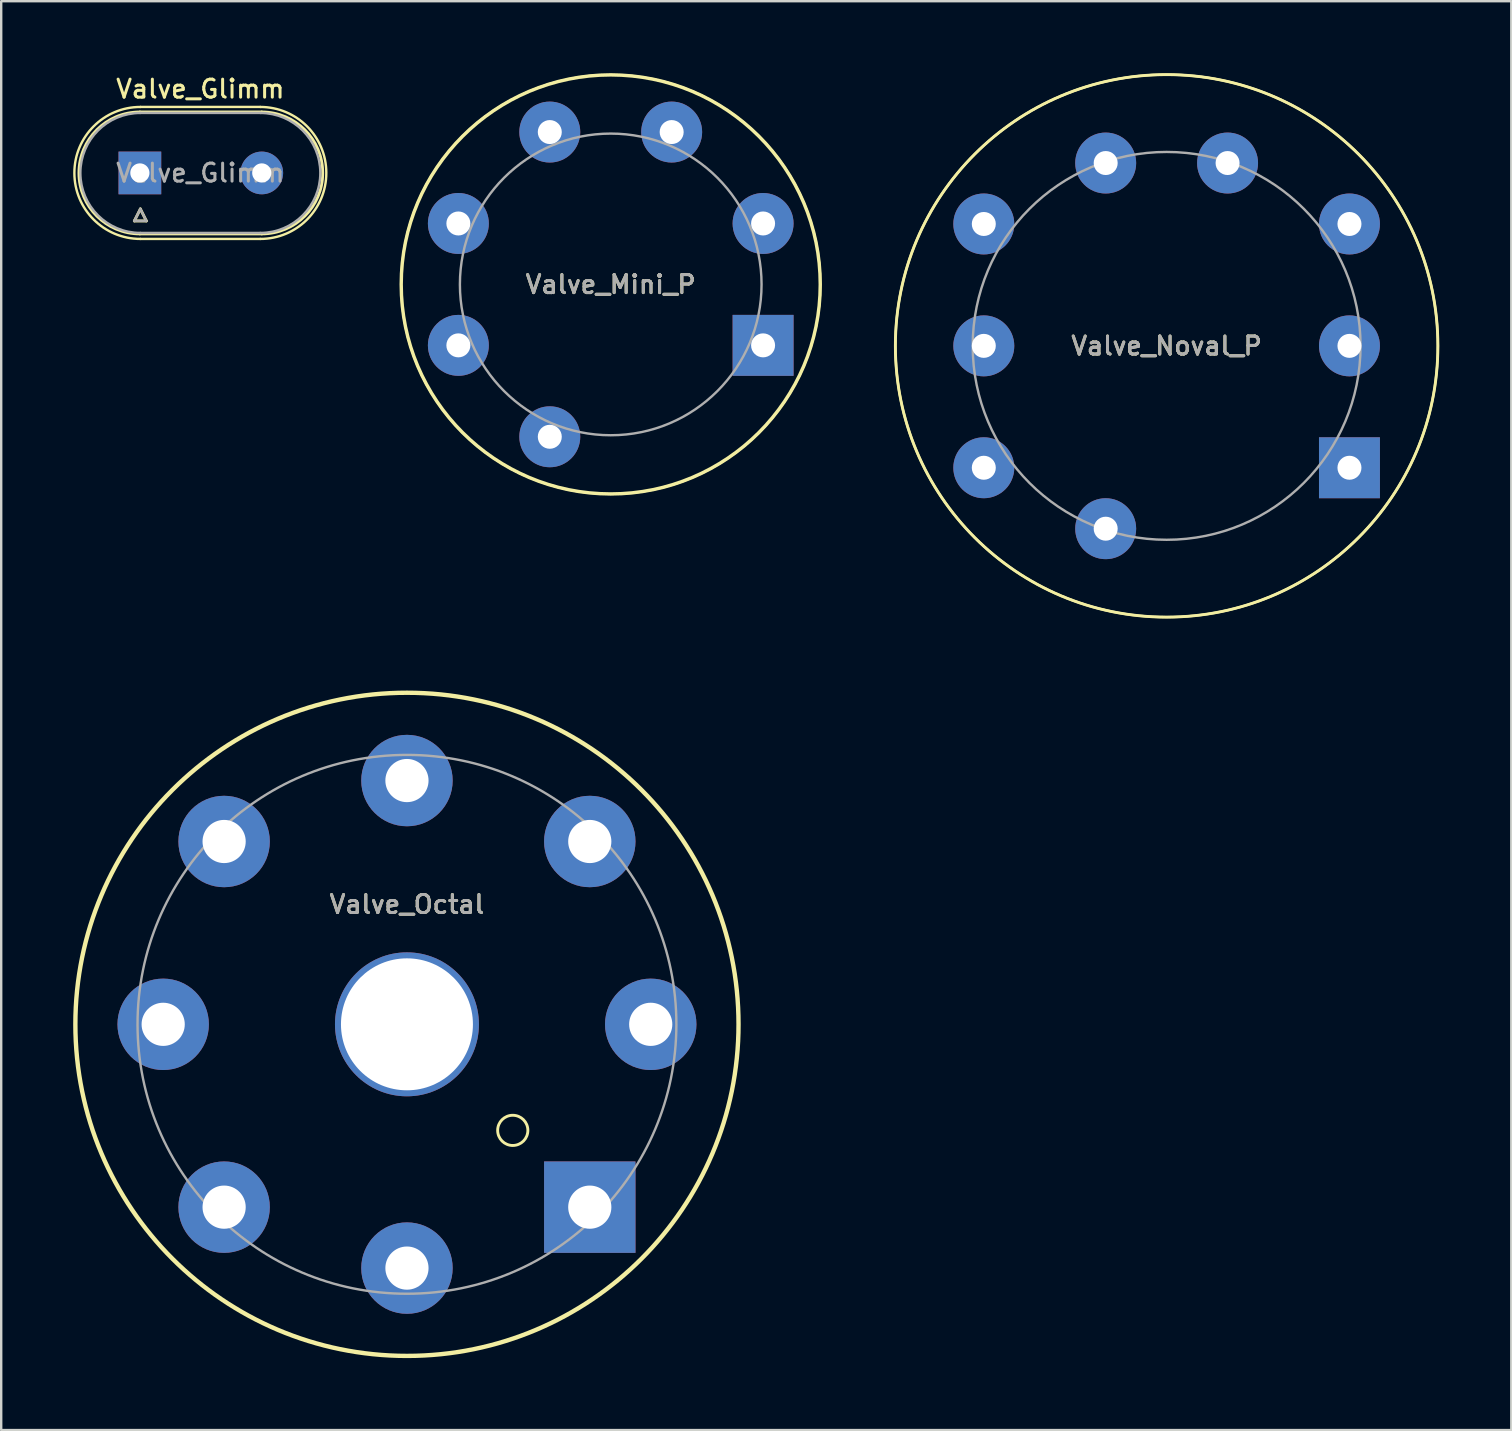
<source format=kicad_pcb>
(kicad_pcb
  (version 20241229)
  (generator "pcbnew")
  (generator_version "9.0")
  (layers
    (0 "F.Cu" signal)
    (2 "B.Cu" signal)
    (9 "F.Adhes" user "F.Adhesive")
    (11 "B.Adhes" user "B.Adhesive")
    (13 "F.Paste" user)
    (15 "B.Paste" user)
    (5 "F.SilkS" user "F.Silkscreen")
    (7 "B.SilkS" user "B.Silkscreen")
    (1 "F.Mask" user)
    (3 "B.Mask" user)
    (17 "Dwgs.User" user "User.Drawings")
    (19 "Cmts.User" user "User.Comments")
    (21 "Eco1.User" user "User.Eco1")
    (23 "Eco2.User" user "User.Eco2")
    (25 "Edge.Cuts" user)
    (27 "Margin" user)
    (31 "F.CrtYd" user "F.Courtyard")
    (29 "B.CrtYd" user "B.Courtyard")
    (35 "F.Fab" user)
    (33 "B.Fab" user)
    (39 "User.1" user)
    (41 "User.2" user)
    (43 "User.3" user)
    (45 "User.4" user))
  (footprint "Valve_Noval_P"
    (layer "F.Cu")
    (at 53.193 16.445)
    (property "Reference" "Valve_Noval_P" (at -7.62 -5.08 0) (layer "F.SilkS") (effects (font (size 0.75 0.75) (thickness 0.125))))
    (attr through_hole)
    (fp_circle (center -7.62 -5.08) (end 1.63 1.42) (stroke (width 0.1) (type solid)) (fill no) (layer "F.SilkS"))
    (fp_circle (center -7.62 -5.08) (end 1.63 1.42) (stroke (width 0.12) (type solid)) (fill no) (layer "F.SilkS"))
    (fp_circle (center -7.62 -5.08) (end -13.34 0.63) (stroke (width 0.1) (type solid)) (fill no) (layer "F.Fab"))
    (fp_text user "${REFERENCE}" (at -7.62 -5.08 0) (layer "F.Fab") (effects (font (size 0.75 0.75) (thickness 0.125))))
    (pad "1" thru_hole rect (at 0 0) (size 2.54 2.54) (drill 1) (layers "*.Cu" "*.Mask"))
    (pad "2" thru_hole circle (at 0 -5.08) (size 2.54 2.54) (drill 1) (layers "*.Cu" "*.Mask"))
    (pad "3" thru_hole circle (at 0 -10.16) (size 2.54 2.54) (drill 1) (layers "*.Cu" "*.Mask"))
    (pad "4" thru_hole circle (at -5.08 -12.7) (size 2.54 2.54) (drill 1) (layers "*.Cu" "*.Mask"))
    (pad "5" thru_hole circle (at -10.16 -12.7) (size 2.54 2.54) (drill 1) (layers "*.Cu" "*.Mask"))
    (pad "6" thru_hole circle (at -15.24 -10.16) (size 2.54 2.54) (drill 1) (layers "*.Cu" "*.Mask"))
    (pad "7" thru_hole circle (at -15.24 -5.08) (size 2.54 2.54) (drill 1) (layers "*.Cu" "*.Mask"))
    (pad "8" thru_hole circle (at -15.24 0) (size 2.54 2.54) (drill 1) (layers "*.Cu" "*.Mask"))
    (pad "9" thru_hole circle (at -10.16 2.54) (size 2.54 2.54) (drill 1) (layers "*.Cu" "*.Mask")))
  (footprint "Valve_Octal"
    (layer "F.Cu")
    (at 21.531 47.262)
    (property "Reference" "Valve_Octal" (at -7.62 -12.62 0) (layer "F.SilkS") (effects (font (size 0.75 0.75) (thickness 0.125))))
    (attr through_hole)
    (fp_circle (center -7.62 -7.62) (end 2.13 2.13) (stroke (width 0.12) (type solid)) (fill no) (layer "F.SilkS"))
    (fp_circle (center -7.62 -7.62) (end 3.13 1.13) (stroke (width 0.1) (type solid)) (fill no) (layer "F.SilkS"))
    (fp_circle (center -3.21 -3.2) (end -2.77 -2.75) (stroke (width 0.12) (type solid)) (fill no) (layer "F.SilkS"))
    (fp_circle (center -7.62 -7.62) (end -15.56 0.32) (stroke (width 0.1) (type solid)) (fill no) (layer "F.Fab"))
    (fp_text user "${REFERENCE}" (at -7.62 -12.62 0) (layer "F.Fab") (effects (font (size 0.75 0.75) (thickness 0.125))))
    (pad "" thru_hole circle (at -7.62 -7.62) (size 6 6) (drill 5.5) (layers "*.Cu" "*.Mask"))
    (pad "1" thru_hole rect (at 0 0) (size 3.81 3.81) (drill 1.8) (layers "*.Cu" "*.Mask"))
    (pad "2" thru_hole circle (at 2.54 -7.62) (size 3.81 3.81) (drill 1.8) (layers "*.Cu" "*.Mask"))
    (pad "3" thru_hole circle (at 0 -15.24) (size 3.81 3.81) (drill 1.8) (layers "*.Cu" "*.Mask"))
    (pad "4" thru_hole circle (at -7.62 -17.78) (size 3.81 3.81) (drill 1.8) (layers "*.Cu" "*.Mask"))
    (pad "5" thru_hole circle (at -15.24 -15.24) (size 3.81 3.81) (drill 1.8) (layers "*.Cu" "*.Mask"))
    (pad "6" thru_hole circle (at -17.78 -7.62) (size 3.81 3.81) (drill 1.8) (layers "*.Cu" "*.Mask"))
    (pad "7" thru_hole circle (at -15.24 0) (size 3.81 3.81) (drill 1.8) (layers "*.Cu" "*.Mask"))
    (pad "8" thru_hole circle (at -7.62 2.54) (size 3.81 3.81) (drill 1.8) (layers "*.Cu" "*.Mask")))
  (footprint "Valve_Mini_P"
    (layer "F.Cu")
    (at 28.754 11.344)
    (property "Reference" "Valve_Mini_P" (at -6.35 -2.54 0) (layer "F.SilkS") (effects (font (size 0.75 0.75) (thickness 0.125))))
    (attr through_hole)
    (fp_circle (center -6.35 -2.54) (end -6.6 6.21) (stroke (width 0.1) (type solid)) (fill no) (layer "F.SilkS"))
    (fp_circle (center -6.35 -2.54) (end 1.4 1.46) (stroke (width 0.12) (type solid)) (fill no) (layer "F.SilkS"))
    (fp_circle (center -6.35 -2.54) (end -10.79 1.91) (stroke (width 0.1) (type solid)) (fill no) (layer "F.Fab"))
    (fp_text user "${REFERENCE}" (at -6.35 -2.54 0) (layer "F.Fab") (effects (font (size 0.75 0.75) (thickness 0.125))))
    (pad "1" thru_hole rect (at 0 0) (size 2.54 2.54) (drill 1) (layers "*.Cu" "*.Mask"))
    (pad "2" thru_hole circle (at 0 -5.08) (size 2.54 2.54) (drill 1) (layers "*.Cu" "*.Mask"))
    (pad "3" thru_hole circle (at -3.81 -8.89) (size 2.54 2.54) (drill 1) (layers "*.Cu" "*.Mask"))
    (pad "4" thru_hole circle (at -8.89 -8.89) (size 2.54 2.54) (drill 1) (layers "*.Cu" "*.Mask"))
    (pad "5" thru_hole circle (at -12.7 -5.08) (size 2.54 2.54) (drill 1) (layers "*.Cu" "*.Mask"))
    (pad "6" thru_hole circle (at -12.7 0) (size 2.54 2.54) (drill 1) (layers "*.Cu" "*.Mask"))
    (pad "7" thru_hole circle (at -8.89 3.81) (size 2.54 2.54) (drill 1) (layers "*.Cu" "*.Mask")))
  (footprint "Valve_Glimm"
    (layer "F.Cu")
    (at 2.78 4.158)
    (property "Reference" "Valve_Glimm" (at 2.52 -3.5 0) (layer "F.SilkS") (effects (font (size 0.75 0.75) (thickness 0.125))))
    (attr through_hole)
    (fp_line (start -0.23 2) (end 0.27 2) (stroke (width 0.12) (type solid)) (layer "F.SilkS"))
    (fp_line (start 0 -2.54) (end 5.08 -2.54) (stroke (width 0.12) (type solid)) (layer "F.SilkS"))
    (fp_line (start 0 2.54) (end 5.08 2.54) (stroke (width 0.12) (type solid)) (layer "F.SilkS"))
    (fp_line (start 0.02 1.5) (end -0.23 2) (stroke (width 0.12) (type solid)) (layer "F.SilkS"))
    (fp_line (start 0.02 2.75) (end 5.02 2.75) (stroke (width 0.1) (type solid)) (layer "F.SilkS"))
    (fp_line (start 0.27 2) (end 0.02 1.5) (stroke (width 0.12) (type solid)) (layer "F.SilkS"))
    (fp_line (start 5.02 -2.75) (end 0.02 -2.75) (stroke (width 0.1) (type solid)) (layer "F.SilkS"))
    (fp_arc (start 0 2.54) (mid -2.54 0) (end 0 -2.54) (stroke (width 0.12) (type solid)) (layer "F.SilkS"))
    (fp_arc (start 0.02 2.75) (mid -2.73 0) (end 0.02 -2.75) (stroke (width 0.1) (type solid)) (layer "F.SilkS"))
    (fp_arc (start 5.02 -2.75) (mid 7.77 0) (end 5.02 2.75) (stroke (width 0.1) (type solid)) (layer "F.SilkS"))
    (fp_arc (start 5.08 -2.54) (mid 7.62 0) (end 5.08 2.54) (stroke (width 0.12) (type solid)) (layer "F.SilkS"))
    (fp_line (start -0.23 2) (end 0.27 2) (stroke (width 0.1) (type solid)) (layer "F.Fab"))
    (fp_line (start 0.02 1.5) (end -0.23 2) (stroke (width 0.1) (type solid)) (layer "F.Fab"))
    (fp_line (start 0.02 2.5) (end 5.02 2.5) (stroke (width 0.1) (type solid)) (layer "F.Fab"))
    (fp_line (start 0.27 2) (end 0.02 1.5) (stroke (width 0.1) (type solid)) (layer "F.Fab"))
    (fp_line (start 5.02 -2.5) (end 0.02 -2.5) (stroke (width 0.1) (type solid)) (layer "F.Fab"))
    (fp_arc (start 0.02 2.5) (mid -2.48 0) (end 0.02 -2.5) (stroke (width 0.1) (type solid)) (layer "F.Fab"))
    (fp_arc (start 5.02 -2.5) (mid 7.52 0) (end 5.02 2.5) (stroke (width 0.1) (type solid)) (layer "F.Fab"))
    (fp_text user "${REFERENCE}" (at 2.52 0 0) (layer "F.Fab") (effects (font (size 0.75 0.75) (thickness 0.125))))
    (pad "1" thru_hole rect (at 0 0) (size 1.78 1.78) (drill 0.8) (layers "*.Cu" "*.Mask"))
    (pad "2" thru_hole circle (at 5.08 0) (size 1.78 1.78) (drill 0.8) (layers "*.Cu" "*.Mask")))
  (gr_rect
    (start -3 -3)
    (end 59.938 56.553)
    (stroke (width 0.1) (type default))
    (fill no)
    (layer "Edge.Cuts")))
</source>
